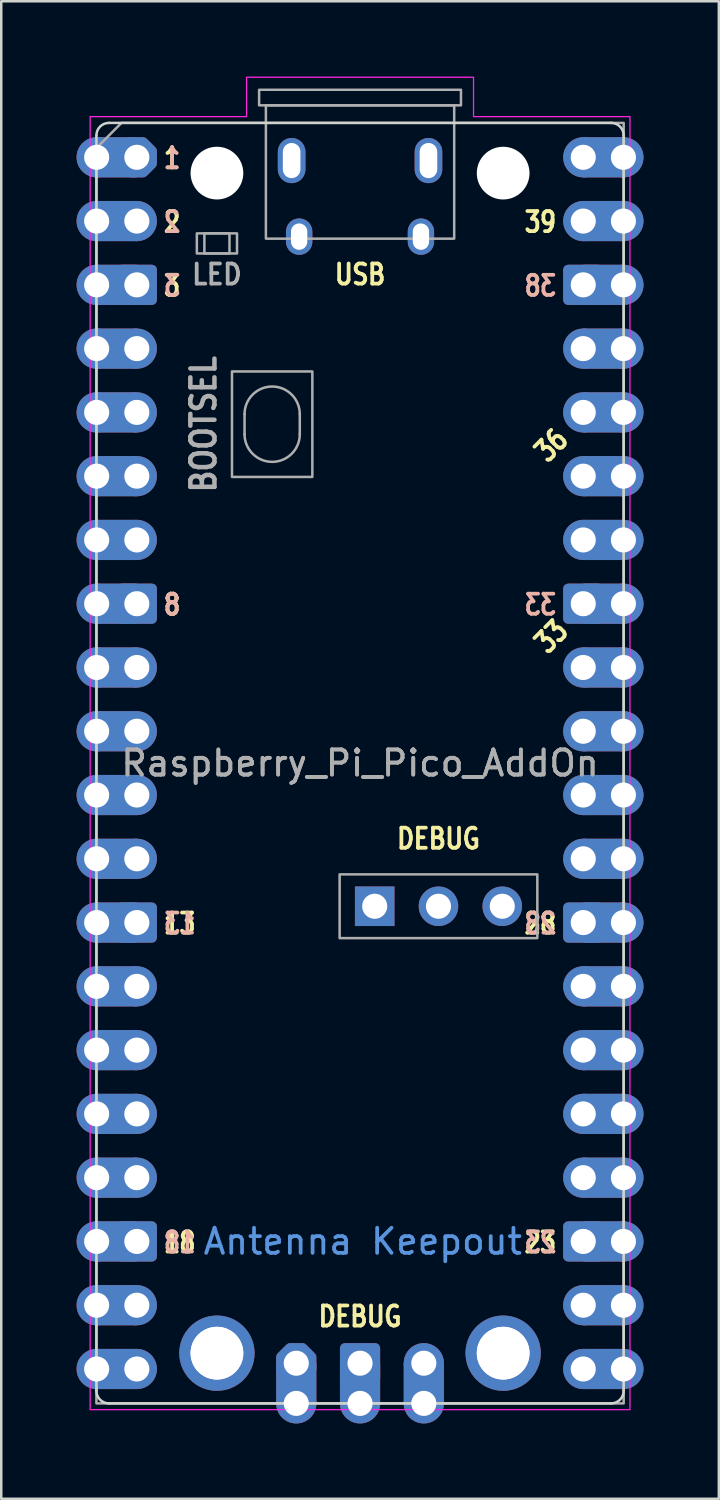
<source format=kicad_pcb>
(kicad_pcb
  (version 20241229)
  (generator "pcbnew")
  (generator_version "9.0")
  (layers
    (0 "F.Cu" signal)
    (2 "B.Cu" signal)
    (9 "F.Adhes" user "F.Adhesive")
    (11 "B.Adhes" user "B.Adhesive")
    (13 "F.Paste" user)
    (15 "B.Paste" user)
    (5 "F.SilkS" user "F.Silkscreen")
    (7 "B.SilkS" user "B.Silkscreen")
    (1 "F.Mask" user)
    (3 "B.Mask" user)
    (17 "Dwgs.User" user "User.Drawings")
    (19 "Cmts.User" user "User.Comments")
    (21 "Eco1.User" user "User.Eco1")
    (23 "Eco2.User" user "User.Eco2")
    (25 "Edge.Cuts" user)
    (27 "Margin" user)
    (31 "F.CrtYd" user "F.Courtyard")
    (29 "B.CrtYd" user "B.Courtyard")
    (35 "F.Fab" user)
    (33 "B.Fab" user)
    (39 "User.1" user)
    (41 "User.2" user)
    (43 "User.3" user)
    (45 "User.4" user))
  (footprint "Raspberry_Pi_Pico_AddOn"
    (layer "F.Cu")
    (at 2.4 3.215)
    (property "Reference" "Raspberry_Pi_Pico_AddOn" (at 8.89 24.13 0) (layer "F.Fab") (effects (font (size 1 1) (thickness 0.15))))
    (attr through_hole)
    (fp_line (start -1.61 -0.87) (end -1.61 49.13) (stroke (width 0.1) (type solid)) (layer "Edge.Cuts"))
    (fp_line (start -1.11 49.63) (end 18.89 49.63) (stroke (width 0.1) (type solid)) (layer "Edge.Cuts"))
    (fp_line (start 18.89 -1.37) (end -1.11 -1.37) (stroke (width 0.1) (type solid)) (layer "Edge.Cuts"))
    (fp_line (start 19.39 49.13) (end 19.39 -0.87) (stroke (width 0.1) (type solid)) (layer "Edge.Cuts"))
    (fp_arc (start -1.61 -0.87) (mid -1.463553 -1.223553) (end -1.11 -1.37) (stroke (width 0.1) (type solid)) (layer "Edge.Cuts"))
    (fp_arc (start -1.11 49.63) (mid -1.463553 49.483554) (end -1.61 49.13) (stroke (width 0.1) (type solid)) (layer "Edge.Cuts"))
    (fp_arc (start 18.89 -1.37) (mid 19.243553 -1.223553) (end 19.39 -0.87) (stroke (width 0.1) (type solid)) (layer "Edge.Cuts"))
    (fp_arc (start 19.39 49.13) (mid 19.243553 49.483553) (end 18.89 49.63) (stroke (width 0.1) (type solid)) (layer "Edge.Cuts"))
    (fp_poly (pts (xy 13.41 -1.62) (xy 19.64 -1.62) (xy 19.64 49.88) (xy -1.86 49.88) (xy -1.86 -1.62) (xy 4.37 -1.62) (xy 4.37 -3.19) (xy 13.41 -3.19)) (stroke (width 0.05) (type solid)) (fill no) (layer "F.CrtYd"))
    (fp_line (start 4.29 10.23) (end 4.29 11.03) (stroke (width 0.1) (type solid)) (layer "F.Fab"))
    (fp_line (start 6.49 10.23) (end 6.49 11.03) (stroke (width 0.1) (type solid)) (layer "F.Fab"))
    (fp_rect (start 2.39 3.03) (end 3.99 3.83) (stroke (width 0.1) (type solid)) (fill no) (layer "F.Fab"))
    (fp_rect (start 2.69 3.03) (end 3.69 3.83) (stroke (width 0.1) (type solid)) (fill no) (layer "F.Fab"))
    (fp_rect (start 3.79 8.53) (end 6.99 12.73) (stroke (width 0.1) (type solid)) (fill no) (layer "F.Fab"))
    (fp_rect (start 4.87 -2.69) (end 12.91 -2.07) (stroke (width 0.1) (type solid)) (fill no) (layer "F.Fab"))
    (fp_rect (start 5.14 -2.07) (end 12.64 3.24) (stroke (width 0.1) (type solid)) (fill no) (layer "F.Fab"))
    (fp_rect (start 8.077 28.56) (end 15.951 31.1) (stroke (width 0.1) (type solid)) (fill no) (layer "F.Fab"))
    (fp_arc (start 4.29 10.23) (mid 5.39 9.13) (end 6.49 10.23) (stroke (width 0.1) (type solid)) (layer "F.Fab"))
    (fp_arc (start 6.49 11.03) (mid 5.39 12.13) (end 4.29 11.03) (stroke (width 0.1) (type solid)) (layer "F.Fab"))
    (fp_poly (pts (xy 19.39 49.63) (xy -1.61 49.63) (xy -1.61 -0.37) (xy -0.61 -1.37) (xy 19.39 -1.37)) (stroke (width 0.1) (type solid)) (fill no) (layer "F.Fab"))
    (fp_text user "1" (at 1 0.038 0) (unlocked yes) (layer "F.SilkS") (effects (font (size 0.8 0.64) (thickness 0.15)) (justify left)))
    (fp_text user "36" (at 16.51 11.468 45) (unlocked yes) (layer "F.SilkS") (effects (font (size 0.8 0.64) (thickness 0.15))))
    (fp_text user "8" (at 1 17.818 0) (unlocked yes) (layer "F.SilkS") (effects (font (size 0.8 0.64) (thickness 0.15)) (justify left)))
    (fp_text user "3" (at 1 5.118 0) (unlocked yes) (layer "F.SilkS") (effects (font (size 0.8 0.64) (thickness 0.15)) (justify left)))
    (fp_text user "39" (at 16.78 2.578 0) (unlocked yes) (layer "F.SilkS") (effects (font (size 0.8 0.64) (thickness 0.15)) (justify right)))
    (fp_text user "2" (at 1 2.578 0) (unlocked yes) (layer "F.SilkS") (effects (font (size 0.8 0.64) (thickness 0.15)) (justify left)))
    (fp_text user "33" (at 16.51 19.088 45) (unlocked yes) (layer "F.SilkS") (effects (font (size 0.8 0.64) (thickness 0.15))))
    (fp_text user "18" (at 1 43.218 0) (unlocked yes) (layer "F.SilkS") (effects (font (size 0.8 0.64) (thickness 0.15)) (justify left)))
    (fp_text user "DEBUG" (at 8.89 46.168 0) (unlocked yes) (layer "F.SilkS") (effects (font (size 0.8 0.66) (thickness 0.15))))
    (fp_text user "13" (at 1 30.518 0) (unlocked yes) (layer "F.SilkS") (effects (font (size 0.8 0.64) (thickness 0.15)) (justify left)))
    (fp_text user "DEBUG" (at 12.014 27.138 0) (unlocked yes) (layer "F.SilkS") (effects (font (size 0.8 0.66) (thickness 0.15))))
    (fp_text user "28" (at 16.78 30.518 0) (unlocked yes) (layer "F.SilkS") (effects (font (size 0.8 0.64) (thickness 0.15)) (justify right)))
    (fp_text user "23" (at 16.78 43.218 0) (unlocked yes) (layer "F.SilkS") (effects (font (size 0.8 0.64) (thickness 0.15)) (justify right)))
    (fp_text user "USB" (at 8.89 4.668 0) (unlocked yes) (layer "F.SilkS") (effects (font (size 0.8 0.66) (thickness 0.15))))
    (fp_text user "8" (at 1 17.818 0) (unlocked yes) (layer "B.SilkS") (effects (font (size 0.8 0.64) (thickness 0.15)) (justify right mirror)))
    (fp_text user "13" (at 1 30.518 0) (unlocked yes) (layer "B.SilkS") (effects (font (size 0.8 0.64) (thickness 0.15)) (justify right mirror)))
    (fp_text user "28" (at 16.78 30.518 0) (unlocked yes) (layer "B.SilkS") (effects (font (size 0.8 0.64) (thickness 0.15)) (justify left mirror)))
    (fp_text user "38" (at 16.78 5.118 0) (unlocked yes) (layer "B.SilkS") (effects (font (size 0.8 0.64) (thickness 0.15)) (justify left mirror)))
    (fp_text user "18" (at 1 43.218 0) (unlocked yes) (layer "B.SilkS") (effects (font (size 0.8 0.64) (thickness 0.15)) (justify right mirror)))
    (fp_text user "33" (at 16.78 17.818 0) (unlocked yes) (layer "B.SilkS") (effects (font (size 0.8 0.64) (thickness 0.15)) (justify left mirror)))
    (fp_text user "2" (at 1 2.578 0) (unlocked yes) (layer "B.SilkS") (effects (font (size 0.8 0.64) (thickness 0.15)) (justify right mirror)))
    (fp_text user "1" (at 1 0.038 0) (unlocked yes) (layer "B.SilkS") (effects (font (size 0.8 0.64) (thickness 0.15)) (justify right mirror)))
    (fp_text user "3" (at 1 5.118 0) (unlocked yes) (layer "B.SilkS") (effects (font (size 0.8 0.64) (thickness 0.15)) (justify right mirror)))
    (fp_text user "23" (at 16.78 43.218 0) (unlocked yes) (layer "B.SilkS") (effects (font (size 0.8 0.64) (thickness 0.15)) (justify left mirror)))
    (fp_text user "Antenna Keepout" (at 9 43.18 0) (unlocked yes) (layer "Cmts.User") (effects (font (size 1 1) (thickness 0.15))))
    (fp_text user "BOOTSEL" (at 2.656 10.63 90) (unlocked yes) (layer "F.Fab") (effects (font (size 0.96 0.825) (thickness 0.18))))
    (fp_text user "${REFERENCE}" (at 8.89 24.13 0) (unlocked yes) (layer "F.Fab") (effects (font (size 1 1) (thickness 0.15))))
    (fp_text user "LED" (at 3.19 4.668 0) (unlocked yes) (layer "F.Fab") (effects (font (size 0.8 0.72) (thickness 0.15))))
    (pad "" np_thru_hole circle (at 3.19 0.63) (size 2.1 2.1) (drill 2.1) (layers "*.Cu" "*.Mask"))
    (pad "" np_thru_hole circle (at 3.19 47.63) (size 2.1 2.1) (drill 2.1) (layers "*.Cu" "*.Mask"))
    (pad "" np_thru_hole circle (at 14.59 0.63) (size 2.1 2.1) (drill 2.1) (layers "*.Cu" "*.Mask"))
    (pad "" np_thru_hole circle (at 14.59 47.63) (size 2.1 2.1) (drill 2.1) (layers "*.Cu" "*.Mask"))
    (pad "1" thru_hole circle (at -1.6 0) (size 1.6 1.6) (drill 1) (property pad_prop_castellated) (layers "*.Cu" "*.Mask"))
    (pad "1" smd rect (at -0.8 0) (size 1.6 1.6) (layers "F.Cu" "F.Mask"))
    (pad "1" smd rect (at -0.8 0) (size 1.6 1.6) (layers "B.Cu" "B.Mask"))
    (pad "1" thru_hole custom (at 0 0) (size 1.6 1.6) (drill 1) (layers "*.Cu" "*.Mask") (options (anchor circle)) (primitives (gr_poly (pts (xy 0.6 0.249) (xy 0.249 0.6) (xy -0.249 0.6) (xy -0.6 0.249) (xy -0.6 -0.249) (xy -0.249 -0.6) (xy 0.249 -0.6) (xy 0.6 -0.249)) (width 0.4) (fill yes))))
    (pad "2" thru_hole circle (at -1.6 2.54) (size 1.6 1.6) (drill 1) (property pad_prop_castellated) (layers "*.Cu" "*.Mask"))
    (pad "2" smd rect (at -0.8 2.54) (size 1.6 1.6) (layers "F.Cu" "F.Mask"))
    (pad "2" smd rect (at -0.8 2.54) (size 1.6 1.6) (layers "B.Cu" "B.Mask"))
    (pad "2" thru_hole circle (at 0 2.54) (size 1.6 1.6) (drill 1) (layers "*.Cu" "*.Mask"))
    (pad "3" thru_hole circle (at -1.6 5.08) (size 1.6 1.6) (drill 1) (property pad_prop_castellated) (layers "*.Cu" "*.Mask"))
    (pad "3" smd rect (at -0.8 5.08) (size 1.6 1.6) (layers "F.Cu" "F.Mask"))
    (pad "3" smd rect (at -0.8 5.08) (size 1.6 1.6) (layers "B.Cu" "B.Mask"))
    (pad "3" thru_hole roundrect (at 0 5.08) (size 1.6 1.6) (drill 1) (layers "*.Cu" "*.Mask") (roundrect_rratio 0.125))
    (pad "4" thru_hole circle (at -1.6 7.62) (size 1.6 1.6) (drill 1) (property pad_prop_castellated) (layers "*.Cu" "*.Mask"))
    (pad "4" smd rect (at -0.8 7.62) (size 1.6 1.6) (layers "F.Cu" "F.Mask"))
    (pad "4" smd rect (at -0.8 7.62) (size 1.6 1.6) (layers "B.Cu" "B.Mask"))
    (pad "4" thru_hole circle (at 0 7.62) (size 1.6 1.6) (drill 1) (layers "*.Cu" "*.Mask"))
    (pad "5" thru_hole circle (at -1.6 10.16) (size 1.6 1.6) (drill 1) (property pad_prop_castellated) (layers "*.Cu" "*.Mask"))
    (pad "5" smd rect (at -0.8 10.16) (size 1.6 1.6) (layers "F.Cu" "F.Mask"))
    (pad "5" smd rect (at -0.8 10.16) (size 1.6 1.6) (layers "B.Cu" "B.Mask"))
    (pad "5" thru_hole circle (at 0 10.16) (size 1.6 1.6) (drill 1) (layers "*.Cu" "*.Mask"))
    (pad "6" thru_hole circle (at -1.6 12.7) (size 1.6 1.6) (drill 1) (property pad_prop_castellated) (layers "*.Cu" "*.Mask"))
    (pad "6" smd rect (at -0.8 12.7) (size 1.6 1.6) (layers "F.Cu" "F.Mask"))
    (pad "6" smd rect (at -0.8 12.7) (size 1.6 1.6) (layers "B.Cu" "B.Mask"))
    (pad "6" thru_hole circle (at 0 12.7) (size 1.6 1.6) (drill 1) (layers "*.Cu" "*.Mask"))
    (pad "7" thru_hole circle (at -1.6 15.24) (size 1.6 1.6) (drill 1) (property pad_prop_castellated) (layers "*.Cu" "*.Mask"))
    (pad "7" smd rect (at -0.8 15.24) (size 1.6 1.6) (layers "F.Cu" "F.Mask"))
    (pad "7" smd rect (at -0.8 15.24) (size 1.6 1.6) (layers "B.Cu" "B.Mask"))
    (pad "7" thru_hole circle (at 0 15.24) (size 1.6 1.6) (drill 1) (layers "*.Cu" "*.Mask"))
    (pad "8" thru_hole circle (at -1.6 17.78) (size 1.6 1.6) (drill 1) (property pad_prop_castellated) (layers "*.Cu" "*.Mask"))
    (pad "8" smd rect (at -0.8 17.78) (size 1.6 1.6) (layers "F.Cu" "F.Mask"))
    (pad "8" smd rect (at -0.8 17.78) (size 1.6 1.6) (layers "B.Cu" "B.Mask"))
    (pad "8" thru_hole roundrect (at 0 17.78) (size 1.6 1.6) (drill 1) (layers "*.Cu" "*.Mask") (roundrect_rratio 0.125))
    (pad "9" thru_hole circle (at -1.6 20.32) (size 1.6 1.6) (drill 1) (property pad_prop_castellated) (layers "*.Cu" "*.Mask"))
    (pad "9" smd rect (at -0.8 20.32) (size 1.6 1.6) (layers "F.Cu" "F.Mask"))
    (pad "9" smd rect (at -0.8 20.32) (size 1.6 1.6) (layers "B.Cu" "B.Mask"))
    (pad "9" thru_hole circle (at 0 20.32) (size 1.6 1.6) (drill 1) (layers "*.Cu" "*.Mask"))
    (pad "10" thru_hole circle (at -1.6 22.86) (size 1.6 1.6) (drill 1) (property pad_prop_castellated) (layers "*.Cu" "*.Mask"))
    (pad "10" smd rect (at -0.8 22.86) (size 1.6 1.6) (layers "F.Cu" "F.Mask"))
    (pad "10" smd rect (at -0.8 22.86) (size 1.6 1.6) (layers "B.Cu" "B.Mask"))
    (pad "10" thru_hole circle (at 0 22.86) (size 1.6 1.6) (drill 1) (layers "*.Cu" "*.Mask"))
    (pad "11" thru_hole circle (at -1.6 25.4) (size 1.6 1.6) (drill 1) (property pad_prop_castellated) (layers "*.Cu" "*.Mask"))
    (pad "11" smd rect (at -0.8 25.4) (size 1.6 1.6) (layers "F.Cu" "F.Mask"))
    (pad "11" smd rect (at -0.8 25.4) (size 1.6 1.6) (layers "B.Cu" "B.Mask"))
    (pad "11" thru_hole circle (at 0 25.4) (size 1.6 1.6) (drill 1) (layers "*.Cu" "*.Mask"))
    (pad "12" thru_hole circle (at -1.6 27.94) (size 1.6 1.6) (drill 1) (property pad_prop_castellated) (layers "*.Cu" "*.Mask"))
    (pad "12" smd rect (at -0.8 27.94) (size 1.6 1.6) (layers "F.Cu" "F.Mask"))
    (pad "12" smd rect (at -0.8 27.94) (size 1.6 1.6) (layers "B.Cu" "B.Mask"))
    (pad "12" thru_hole circle (at 0 27.94) (size 1.6 1.6) (drill 1) (layers "*.Cu" "*.Mask"))
    (pad "13" thru_hole circle (at -1.6 30.48) (size 1.6 1.6) (drill 1) (property pad_prop_castellated) (layers "*.Cu" "*.Mask"))
    (pad "13" smd rect (at -0.8 30.48) (size 1.6 1.6) (layers "F.Cu" "F.Mask"))
    (pad "13" smd rect (at -0.8 30.48) (size 1.6 1.6) (layers "B.Cu" "B.Mask"))
    (pad "13" thru_hole roundrect (at 0 30.48) (size 1.6 1.6) (drill 1) (layers "*.Cu" "*.Mask") (roundrect_rratio 0.125))
    (pad "14" thru_hole circle (at -1.6 33.02) (size 1.6 1.6) (drill 1) (property pad_prop_castellated) (layers "*.Cu" "*.Mask"))
    (pad "14" smd rect (at -0.8 33.02) (size 1.6 1.6) (layers "F.Cu" "F.Mask"))
    (pad "14" smd rect (at -0.8 33.02) (size 1.6 1.6) (layers "B.Cu" "B.Mask"))
    (pad "14" thru_hole circle (at 0 33.02) (size 1.6 1.6) (drill 1) (layers "*.Cu" "*.Mask"))
    (pad "15" thru_hole circle (at -1.6 35.56) (size 1.6 1.6) (drill 1) (property pad_prop_castellated) (layers "*.Cu" "*.Mask"))
    (pad "15" smd rect (at -0.8 35.56) (size 1.6 1.6) (layers "F.Cu" "F.Mask"))
    (pad "15" smd rect (at -0.8 35.56) (size 1.6 1.6) (layers "B.Cu" "B.Mask"))
    (pad "15" thru_hole circle (at 0 35.56) (size 1.6 1.6) (drill 1) (layers "*.Cu" "*.Mask"))
    (pad "16" thru_hole circle (at -1.6 38.1) (size 1.6 1.6) (drill 1) (property pad_prop_castellated) (layers "*.Cu" "*.Mask"))
    (pad "16" smd rect (at -0.8 38.1) (size 1.6 1.6) (layers "F.Cu" "F.Mask"))
    (pad "16" smd rect (at -0.8 38.1) (size 1.6 1.6) (layers "B.Cu" "B.Mask"))
    (pad "16" thru_hole circle (at 0 38.1) (size 1.6 1.6) (drill 1) (layers "*.Cu" "*.Mask"))
    (pad "17" thru_hole circle (at -1.6 40.64) (size 1.6 1.6) (drill 1) (property pad_prop_castellated) (layers "*.Cu" "*.Mask"))
    (pad "17" smd rect (at -0.8 40.64) (size 1.6 1.6) (layers "F.Cu" "F.Mask"))
    (pad "17" smd rect (at -0.8 40.64) (size 1.6 1.6) (layers "B.Cu" "B.Mask"))
    (pad "17" thru_hole circle (at 0 40.64) (size 1.6 1.6) (drill 1) (layers "*.Cu" "*.Mask"))
    (pad "18" thru_hole circle (at -1.6 43.18) (size 1.6 1.6) (drill 1) (property pad_prop_castellated) (layers "*.Cu" "*.Mask"))
    (pad "18" smd rect (at -0.8 43.18) (size 1.6 1.6) (layers "F.Cu" "F.Mask"))
    (pad "18" smd rect (at -0.8 43.18) (size 1.6 1.6) (layers "B.Cu" "B.Mask"))
    (pad "18" thru_hole roundrect (at 0 43.18) (size 1.6 1.6) (drill 1) (layers "*.Cu" "*.Mask") (roundrect_rratio 0.125))
    (pad "19" thru_hole circle (at -1.6 45.72) (size 1.6 1.6) (drill 1) (property pad_prop_castellated) (layers "*.Cu" "*.Mask"))
    (pad "19" smd rect (at -0.8 45.72) (size 1.6 1.6) (layers "F.Cu" "F.Mask"))
    (pad "19" smd rect (at -0.8 45.72) (size 1.6 1.6) (layers "B.Cu" "B.Mask"))
    (pad "19" thru_hole circle (at 0 45.72) (size 1.6 1.6) (drill 1) (layers "*.Cu" "*.Mask"))
    (pad "20" thru_hole circle (at -1.6 48.26) (size 1.6 1.6) (drill 1) (property pad_prop_castellated) (layers "*.Cu" "*.Mask"))
    (pad "20" smd rect (at -0.8 48.26) (size 1.6 1.6) (layers "F.Cu" "F.Mask"))
    (pad "20" smd rect (at -0.8 48.26) (size 1.6 1.6) (layers "B.Cu" "B.Mask"))
    (pad "20" thru_hole circle (at 0 48.26) (size 1.6 1.6) (drill 1) (layers "*.Cu" "*.Mask"))
    (pad "21" thru_hole circle (at 17.78 48.26) (size 1.6 1.6) (drill 1) (layers "*.Cu" "*.Mask"))
    (pad "21" smd rect (at 18.58 48.26) (size 1.6 1.6) (layers "F.Cu" "F.Mask"))
    (pad "21" smd rect (at 18.58 48.26) (size 1.6 1.6) (layers "B.Cu" "B.Mask"))
    (pad "21" thru_hole circle (at 19.38 48.26) (size 1.6 1.6) (drill 1) (property pad_prop_castellated) (layers "*.Cu" "*.Mask"))
    (pad "22" thru_hole circle (at 17.78 45.72) (size 1.6 1.6) (drill 1) (layers "*.Cu" "*.Mask"))
    (pad "22" smd rect (at 18.58 45.72) (size 1.6 1.6) (layers "F.Cu" "F.Mask"))
    (pad "22" smd rect (at 18.58 45.72) (size 1.6 1.6) (layers "B.Cu" "B.Mask"))
    (pad "22" thru_hole circle (at 19.38 45.72) (size 1.6 1.6) (drill 1) (property pad_prop_castellated) (layers "*.Cu" "*.Mask"))
    (pad "23" thru_hole roundrect (at 17.78 43.18) (size 1.6 1.6) (drill 1) (layers "*.Cu" "*.Mask") (roundrect_rratio 0.125))
    (pad "23" smd rect (at 18.58 43.18) (size 1.6 1.6) (layers "F.Cu" "F.Mask"))
    (pad "23" smd rect (at 18.58 43.18) (size 1.6 1.6) (layers "B.Cu" "B.Mask"))
    (pad "23" thru_hole circle (at 19.38 43.18) (size 1.6 1.6) (drill 1) (property pad_prop_castellated) (layers "*.Cu" "*.Mask"))
    (pad "24" thru_hole circle (at 17.78 40.64) (size 1.6 1.6) (drill 1) (layers "*.Cu" "*.Mask"))
    (pad "24" smd rect (at 18.58 40.64) (size 1.6 1.6) (layers "F.Cu" "F.Mask"))
    (pad "24" smd rect (at 18.58 40.64) (size 1.6 1.6) (layers "B.Cu" "B.Mask"))
    (pad "24" thru_hole circle (at 19.38 40.64) (size 1.6 1.6) (drill 1) (property pad_prop_castellated) (layers "*.Cu" "*.Mask"))
    (pad "25" thru_hole circle (at 17.78 38.1) (size 1.6 1.6) (drill 1) (layers "*.Cu" "*.Mask"))
    (pad "25" smd rect (at 18.58 38.1) (size 1.6 1.6) (layers "F.Cu" "F.Mask"))
    (pad "25" smd rect (at 18.58 38.1) (size 1.6 1.6) (layers "B.Cu" "B.Mask"))
    (pad "25" thru_hole circle (at 19.38 38.1) (size 1.6 1.6) (drill 1) (property pad_prop_castellated) (layers "*.Cu" "*.Mask"))
    (pad "26" thru_hole circle (at 17.78 35.56) (size 1.6 1.6) (drill 1) (layers "*.Cu" "*.Mask"))
    (pad "26" smd rect (at 18.58 35.56) (size 1.6 1.6) (layers "F.Cu" "F.Mask"))
    (pad "26" smd rect (at 18.58 35.56) (size 1.6 1.6) (layers "B.Cu" "B.Mask"))
    (pad "26" thru_hole circle (at 19.38 35.56) (size 1.6 1.6) (drill 1) (property pad_prop_castellated) (layers "*.Cu" "*.Mask"))
    (pad "27" thru_hole circle (at 17.78 33.02) (size 1.6 1.6) (drill 1) (layers "*.Cu" "*.Mask"))
    (pad "27" smd rect (at 18.58 33.02) (size 1.6 1.6) (layers "F.Cu" "F.Mask"))
    (pad "27" smd rect (at 18.58 33.02) (size 1.6 1.6) (layers "B.Cu" "B.Mask"))
    (pad "27" thru_hole circle (at 19.38 33.02) (size 1.6 1.6) (drill 1) (property pad_prop_castellated) (layers "*.Cu" "*.Mask"))
    (pad "28" thru_hole roundrect (at 17.78 30.48) (size 1.6 1.6) (drill 1) (layers "*.Cu" "*.Mask") (roundrect_rratio 0.125))
    (pad "28" smd rect (at 18.58 30.48) (size 1.6 1.6) (layers "F.Cu" "F.Mask"))
    (pad "28" smd rect (at 18.58 30.48) (size 1.6 1.6) (layers "B.Cu" "B.Mask"))
    (pad "28" thru_hole circle (at 19.38 30.48) (size 1.6 1.6) (drill 1) (property pad_prop_castellated) (layers "*.Cu" "*.Mask"))
    (pad "29" thru_hole circle (at 17.78 27.94) (size 1.6 1.6) (drill 1) (layers "*.Cu" "*.Mask"))
    (pad "29" smd rect (at 18.58 27.94) (size 1.6 1.6) (layers "F.Cu" "F.Mask"))
    (pad "29" smd rect (at 18.58 27.94) (size 1.6 1.6) (layers "B.Cu" "B.Mask"))
    (pad "29" thru_hole circle (at 19.38 27.94) (size 1.6 1.6) (drill 1) (property pad_prop_castellated) (layers "*.Cu" "*.Mask"))
    (pad "30" thru_hole circle (at 17.78 25.4) (size 1.6 1.6) (drill 1) (layers "*.Cu" "*.Mask"))
    (pad "30" smd rect (at 18.58 25.4) (size 1.6 1.6) (layers "F.Cu" "F.Mask"))
    (pad "30" smd rect (at 18.58 25.4) (size 1.6 1.6) (layers "B.Cu" "B.Mask"))
    (pad "30" thru_hole circle (at 19.38 25.4) (size 1.6 1.6) (drill 1) (property pad_prop_castellated) (layers "*.Cu" "*.Mask"))
    (pad "31" thru_hole circle (at 17.78 22.86) (size 1.6 1.6) (drill 1) (layers "*.Cu" "*.Mask"))
    (pad "31" smd rect (at 18.58 22.86) (size 1.6 1.6) (layers "F.Cu" "F.Mask"))
    (pad "31" smd rect (at 18.58 22.86) (size 1.6 1.6) (layers "B.Cu" "B.Mask"))
    (pad "31" thru_hole circle (at 19.38 22.86) (size 1.6 1.6) (drill 1) (property pad_prop_castellated) (layers "*.Cu" "*.Mask"))
    (pad "32" thru_hole circle (at 17.78 20.32) (size 1.6 1.6) (drill 1) (layers "*.Cu" "*.Mask"))
    (pad "32" smd rect (at 18.58 20.32) (size 1.6 1.6) (layers "F.Cu" "F.Mask"))
    (pad "32" smd rect (at 18.58 20.32) (size 1.6 1.6) (layers "B.Cu" "B.Mask"))
    (pad "32" thru_hole circle (at 19.38 20.32) (size 1.6 1.6) (drill 1) (property pad_prop_castellated) (layers "*.Cu" "*.Mask"))
    (pad "33" thru_hole roundrect (at 17.78 17.78) (size 1.6 1.6) (drill 1) (layers "*.Cu" "*.Mask") (roundrect_rratio 0.125))
    (pad "33" smd rect (at 18.58 17.78) (size 1.6 1.6) (layers "F.Cu" "F.Mask"))
    (pad "33" smd rect (at 18.58 17.78) (size 1.6 1.6) (layers "B.Cu" "B.Mask"))
    (pad "33" thru_hole circle (at 19.38 17.78) (size 1.6 1.6) (drill 1) (property pad_prop_castellated) (layers "*.Cu" "*.Mask"))
    (pad "34" thru_hole circle (at 17.78 15.24) (size 1.6 1.6) (drill 1) (layers "*.Cu" "*.Mask"))
    (pad "34" smd rect (at 18.58 15.24) (size 1.6 1.6) (layers "F.Cu" "F.Mask"))
    (pad "34" smd rect (at 18.58 15.24) (size 1.6 1.6) (layers "B.Cu" "B.Mask"))
    (pad "34" thru_hole circle (at 19.38 15.24) (size 1.6 1.6) (drill 1) (property pad_prop_castellated) (layers "*.Cu" "*.Mask"))
    (pad "35" thru_hole circle (at 17.78 12.7) (size 1.6 1.6) (drill 1) (layers "*.Cu" "*.Mask"))
    (pad "35" smd rect (at 18.58 12.7) (size 1.6 1.6) (layers "F.Cu" "F.Mask"))
    (pad "35" smd rect (at 18.58 12.7) (size 1.6 1.6) (layers "B.Cu" "B.Mask"))
    (pad "35" thru_hole circle (at 19.38 12.7) (size 1.6 1.6) (drill 1) (property pad_prop_castellated) (layers "*.Cu" "*.Mask"))
    (pad "36" thru_hole circle (at 17.78 10.16) (size 1.6 1.6) (drill 1) (layers "*.Cu" "*.Mask"))
    (pad "36" smd rect (at 18.58 10.16) (size 1.6 1.6) (layers "F.Cu" "F.Mask"))
    (pad "36" smd rect (at 18.58 10.16) (size 1.6 1.6) (layers "B.Cu" "B.Mask"))
    (pad "36" thru_hole circle (at 19.38 10.16) (size 1.6 1.6) (drill 1) (property pad_prop_castellated) (layers "*.Cu" "*.Mask"))
    (pad "37" thru_hole circle (at 17.78 7.62) (size 1.6 1.6) (drill 1) (layers "*.Cu" "*.Mask"))
    (pad "37" smd rect (at 18.58 7.62) (size 1.6 1.6) (layers "F.Cu" "F.Mask"))
    (pad "37" smd rect (at 18.58 7.62) (size 1.6 1.6) (layers "B.Cu" "B.Mask"))
    (pad "37" thru_hole circle (at 19.38 7.62) (size 1.6 1.6) (drill 1) (property pad_prop_castellated) (layers "*.Cu" "*.Mask"))
    (pad "38" thru_hole roundrect (at 17.78 5.08) (size 1.6 1.6) (drill 1) (layers "*.Cu" "*.Mask") (roundrect_rratio 0.125))
    (pad "38" smd rect (at 18.58 5.08) (size 1.6 1.6) (layers "F.Cu" "F.Mask"))
    (pad "38" smd rect (at 18.58 5.08) (size 1.6 1.6) (layers "B.Cu" "B.Mask"))
    (pad "38" thru_hole circle (at 19.38 5.08) (size 1.6 1.6) (drill 1) (property pad_prop_castellated) (layers "*.Cu" "*.Mask"))
    (pad "39" thru_hole circle (at 17.78 2.54) (size 1.6 1.6) (drill 1) (layers "*.Cu" "*.Mask"))
    (pad "39" smd rect (at 18.58 2.54) (size 1.6 1.6) (layers "F.Cu" "F.Mask"))
    (pad "39" smd rect (at 18.58 2.54) (size 1.6 1.6) (layers "B.Cu" "B.Mask"))
    (pad "39" thru_hole circle (at 19.38 2.54) (size 1.6 1.6) (drill 1) (property pad_prop_castellated) (layers "*.Cu" "*.Mask"))
    (pad "40" thru_hole circle (at 17.78 0) (size 1.6 1.6) (drill 1) (layers "*.Cu" "*.Mask"))
    (pad "40" smd rect (at 18.58 0) (size 1.6 1.6) (layers "F.Cu" "F.Mask"))
    (pad "40" smd rect (at 18.58 0) (size 1.6 1.6) (layers "B.Cu" "B.Mask"))
    (pad "40" thru_hole circle (at 19.38 0) (size 1.6 1.6) (drill 1) (property pad_prop_castellated) (layers "*.Cu" "*.Mask"))
    (pad "41" thru_hole custom (at 6.35 48.03) (size 1.6 1.6) (drill 1) (layers "*.Cu" "*.Mask") (options (anchor circle)) (primitives (gr_poly (pts (xy 0.6 0.249) (xy 0.249 0.6) (xy -0.249 0.6) (xy -0.6 0.249) (xy -0.6 -0.249) (xy -0.249 -0.6) (xy 0.249 -0.6) (xy 0.6 -0.249)) (width 0.4) (fill yes))))
    (pad "41" smd rect (at 6.35 48.83) (size 1.6 1.6) (layers "F.Cu" "F.Mask"))
    (pad "41" smd rect (at 6.35 48.83) (size 1.6 1.6) (layers "B.Cu" "B.Mask"))
    (pad "41" thru_hole circle (at 6.35 49.63) (size 1.6 1.6) (drill 1) (property pad_prop_castellated) (layers "*.Cu" "*.Mask"))
    (pad "41" thru_hole rect (at 9.474 29.83) (size 1.575 1.575) (drill 1) (layers "*.Cu" "*.Mask"))
    (pad "42" thru_hole roundrect (at 8.89 48.03) (size 1.6 1.6) (drill 1) (layers "*.Cu" "*.Mask") (roundrect_rratio 0.125))
    (pad "42" smd rect (at 8.89 48.83) (size 1.6 1.6) (layers "F.Cu" "F.Mask"))
    (pad "42" smd rect (at 8.89 48.83) (size 1.6 1.6) (layers "B.Cu" "B.Mask"))
    (pad "42" thru_hole circle (at 8.89 49.63) (size 1.6 1.6) (drill 1) (property pad_prop_castellated) (layers "*.Cu" "*.Mask"))
    (pad "42" thru_hole circle (at 12.014 29.83) (size 1.575 1.575) (drill 1) (layers "*.Cu" "*.Mask"))
    (pad "43" thru_hole circle (at 11.43 48.03) (size 1.6 1.6) (drill 1) (layers "*.Cu" "*.Mask"))
    (pad "43" smd rect (at 11.43 48.83) (size 1.6 1.6) (layers "F.Cu" "F.Mask"))
    (pad "43" smd rect (at 11.43 48.83) (size 1.6 1.6) (layers "B.Cu" "B.Mask"))
    (pad "43" thru_hole circle (at 11.43 49.63) (size 1.6 1.6) (drill 1) (property pad_prop_castellated) (layers "*.Cu" "*.Mask"))
    (pad "43" thru_hole circle (at 14.554 29.83) (size 1.575 1.575) (drill 1) (layers "*.Cu" "*.Mask"))
    (pad "44" thru_hole circle (at 3.19 47.63) (size 3 3) (drill 2.1) (layers "*.Cu" "*.Mask"))
    (pad "44" thru_hole circle (at 14.59 47.63) (size 3 3) (drill 2.1) (layers "*.Cu" "*.Mask"))
    (pad "51" thru_hole oval (at 6.165 0.13) (size 1.1 1.8) (drill oval 0.7 1.4) (layers "*.Cu" "*.Mask"))
    (pad "51" thru_hole oval (at 6.465 3.16) (size 1.05 1.45) (drill oval 0.65 1.05) (layers "*.Cu" "*.Mask"))
    (pad "51" thru_hole oval (at 11.315 3.16) (size 1.05 1.45) (drill oval 0.65 1.05) (layers "*.Cu" "*.Mask"))
    (pad "51" thru_hole oval (at 11.615 0.13) (size 1.1 1.8) (drill oval 0.7 1.4) (layers "*.Cu" "*.Mask"))
    (zone (net_name "") (layers "F.Cu" "F.Mask" "B.Cu" "B.Mask" "F.SilkS" "B.SilkS" "F.Adhes" "B.Adhes" "F.Paste" "B.Paste") (name "Antenna Keepout") (hatch full 0.508) (connect_pads) (min_thickness 0.254) (filled_areas_thickness no) (keepout (tracks not_allowed) (vias not_allowed) (pads not_allowed) (copperpour not_allowed) (footprints not_allowed)) (placement (enabled no)) (fill) (polygon (pts (xy 18.29 52.845) (xy 4.29 52.845) (xy 4.29 44.445) (xy 18.29 44.445)))))
  (gr_rect
    (start -3 -3)
    (end 25.58 56.645)
    (stroke (width 0.1) (type default))
    (fill no)
    (layer "Edge.Cuts")))
</source>
